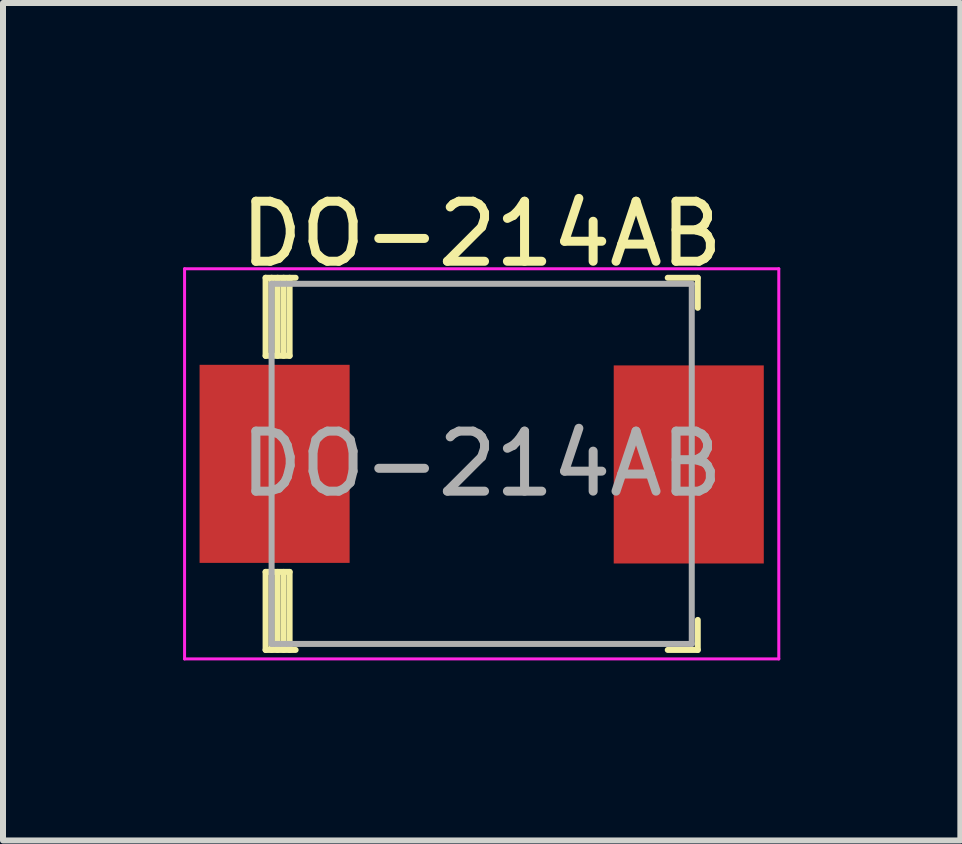
<source format=kicad_pcb>
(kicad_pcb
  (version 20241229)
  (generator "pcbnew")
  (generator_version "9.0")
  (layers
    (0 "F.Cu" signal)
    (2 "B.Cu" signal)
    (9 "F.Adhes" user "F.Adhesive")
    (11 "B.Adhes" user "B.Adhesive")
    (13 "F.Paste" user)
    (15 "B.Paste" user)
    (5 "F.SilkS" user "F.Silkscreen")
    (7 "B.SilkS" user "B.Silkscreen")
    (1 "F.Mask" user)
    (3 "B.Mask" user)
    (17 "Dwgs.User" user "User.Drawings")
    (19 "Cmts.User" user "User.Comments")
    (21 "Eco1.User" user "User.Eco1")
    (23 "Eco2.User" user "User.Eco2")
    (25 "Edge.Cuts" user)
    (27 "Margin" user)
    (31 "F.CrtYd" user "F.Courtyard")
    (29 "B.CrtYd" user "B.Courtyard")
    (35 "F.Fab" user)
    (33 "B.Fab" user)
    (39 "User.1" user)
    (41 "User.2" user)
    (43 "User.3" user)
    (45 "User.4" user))
  (footprint "DO-214AB"
    (layer "F.Cu")
    (at 4.975 4.678)
    (property "Reference" "DO-214AB" (at 0 -3.83 0) (layer "F.SilkS") (effects (font (size 1 1) (thickness 0.15))))
    (attr smd)
    (fp_line (start -3.6 -3.1) (end -3.6 -1.8) (stroke (width 0.1) (type solid)) (layer "F.SilkS"))
    (fp_line (start -3.6 -3.1) (end -3.1 -3.1) (stroke (width 0.1) (type solid)) (layer "F.SilkS"))
    (fp_line (start -3.6 -1.8) (end -3.2 -1.8) (stroke (width 0.1) (type solid)) (layer "F.SilkS"))
    (fp_line (start -3.6 1.8) (end -3.2 1.8) (stroke (width 0.1) (type solid)) (layer "F.SilkS"))
    (fp_line (start -3.6 3.1) (end -3.6 1.8) (stroke (width 0.1) (type solid)) (layer "F.SilkS"))
    (fp_line (start -3.6 3.1) (end -3.1 3.1) (stroke (width 0.1) (type solid)) (layer "F.SilkS"))
    (fp_line (start -3.5 -3.1) (end -3.5 -1.8) (stroke (width 0.1) (type solid)) (layer "F.SilkS"))
    (fp_line (start -3.5 3.1) (end -3.5 1.8) (stroke (width 0.1) (type solid)) (layer "F.SilkS"))
    (fp_line (start -3.4 -3.1) (end -3.4 -1.8) (stroke (width 0.1) (type solid)) (layer "F.SilkS"))
    (fp_line (start -3.4 3.1) (end -3.4 1.8) (stroke (width 0.1) (type solid)) (layer "F.SilkS"))
    (fp_line (start -3.3 -3.1) (end -3.3 -1.8) (stroke (width 0.1) (type solid)) (layer "F.SilkS"))
    (fp_line (start -3.3 3.1) (end -3.3 1.8) (stroke (width 0.1) (type solid)) (layer "F.SilkS"))
    (fp_line (start -3.2 -3.1) (end -3.2 -1.8) (stroke (width 0.1) (type solid)) (layer "F.SilkS"))
    (fp_line (start -3.2 3.1) (end -3.2 1.8) (stroke (width 0.1) (type solid)) (layer "F.SilkS"))
    (fp_line (start 3.6 -3.1) (end 3.1 -3.1) (stroke (width 0.1) (type solid)) (layer "F.SilkS"))
    (fp_line (start 3.6 -3.1) (end 3.6 -2.6) (stroke (width 0.1) (type solid)) (layer "F.SilkS"))
    (fp_line (start 3.6 3.1) (end 3.1 3.1) (stroke (width 0.1) (type solid)) (layer "F.SilkS"))
    (fp_line (start 3.6 3.1) (end 3.6 2.6) (stroke (width 0.1) (type solid)) (layer "F.SilkS"))
    (fp_line (start -4.95 -3.25) (end 4.95 -3.25) (stroke (width 0.05) (type solid)) (layer "F.CrtYd"))
    (fp_line (start -4.95 3.25) (end -4.95 -3.25) (stroke (width 0.05) (type solid)) (layer "F.CrtYd"))
    (fp_line (start -4.95 3.25) (end 4.95 3.25) (stroke (width 0.05) (type solid)) (layer "F.CrtYd"))
    (fp_line (start 4.95 3.25) (end 4.95 -3.25) (stroke (width 0.05) (type solid)) (layer "F.CrtYd"))
    (fp_line (start -3.5 -3) (end -3.5 3) (stroke (width 0.1) (type solid)) (layer "F.Fab"))
    (fp_line (start -3.5 -3) (end 3.5 -3) (stroke (width 0.1) (type solid)) (layer "F.Fab"))
    (fp_line (start -3.5 3) (end 3.5 3) (stroke (width 0.1) (type solid)) (layer "F.Fab"))
    (fp_line (start 3.5 -3) (end 3.5 3) (stroke (width 0.1) (type solid)) (layer "F.Fab"))
    (fp_text user "${REFERENCE}" (at 0 0 0) (layer "F.Fab") (effects (font (size 1 1) (thickness 0.15))))
    (pad "1" smd rect (at -3.45 0) (size 2.5 3.3) (layers "F.Cu" "F.Mask" "F.Paste"))
    (pad "2" smd rect (at 3.45 0.01) (size 2.5 3.3) (layers "F.Cu" "F.Mask" "F.Paste")))
  (gr_rect
    (start -3 -3)
    (end 12.95 10.953)
    (stroke (width 0.1) (type default))
    (fill no)
    (layer "Edge.Cuts")))
</source>
